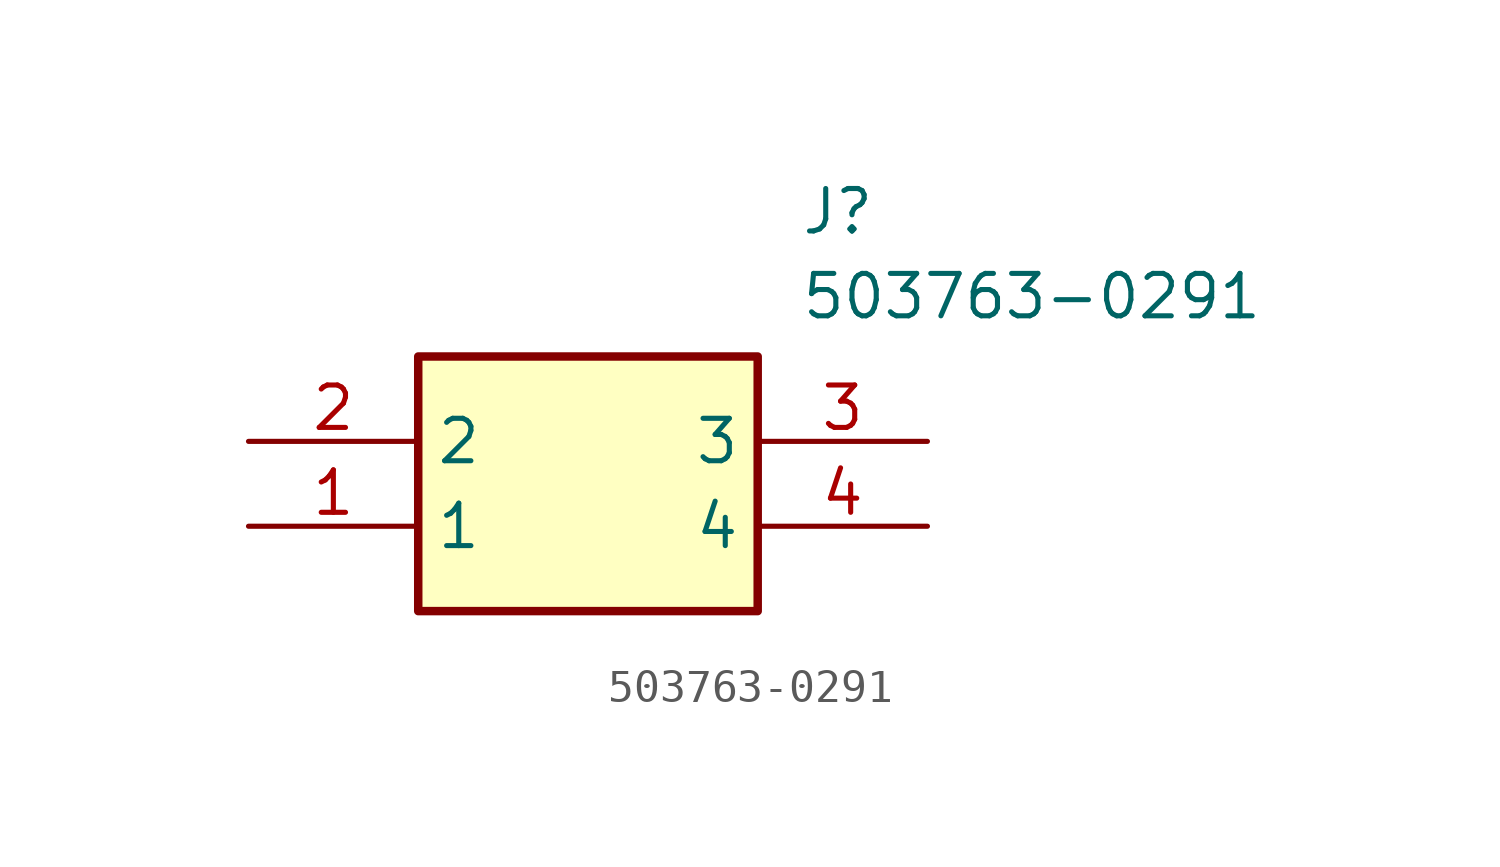
<source format=kicad_sym>
(kicad_symbol_lib
  (version 20211014)
  (generator SamacSys_ECAD_Model)
  (symbol "503763-0291"
    (property "Reference" "J"
      (at 16.51 7.62 0)
      (effects (font (size 1.27 1.27)) (justify left top)))
    (property "Value" "503763-0291"
      (at 16.51 5.08 0)
      (effects (font (size 1.27 1.27)) (justify left top)))
    (rectangle
      (start 5.08 2.54)
      (end 15.24 -5.08)
      (stroke (width 0.254) (type default))
      (fill (type background)))
    (pin passive line
      (at 0 -2.54 0)
      (length 5.08)
      (name "1" (effects (font (size 1.27 1.27))))
      (number "1" (effects (font (size 1.27 1.27)))))
    (pin passive line
      (at 0 0 0)
      (length 5.08)
      (name "2" (effects (font (size 1.27 1.27))))
      (number "2" (effects (font (size 1.27 1.27)))))
    (pin passive line
      (at 20.32 0 180)
      (length 5.08)
      (name "3" (effects (font (size 1.27 1.27))))
      (number "3" (effects (font (size 1.27 1.27)))))
    (pin passive line
      (at 20.32 -2.54 180)
      (length 5.08)
      (name "4" (effects (font (size 1.27 1.27))))
      (number "4" (effects (font (size 1.27 1.27)))))))
</source>
